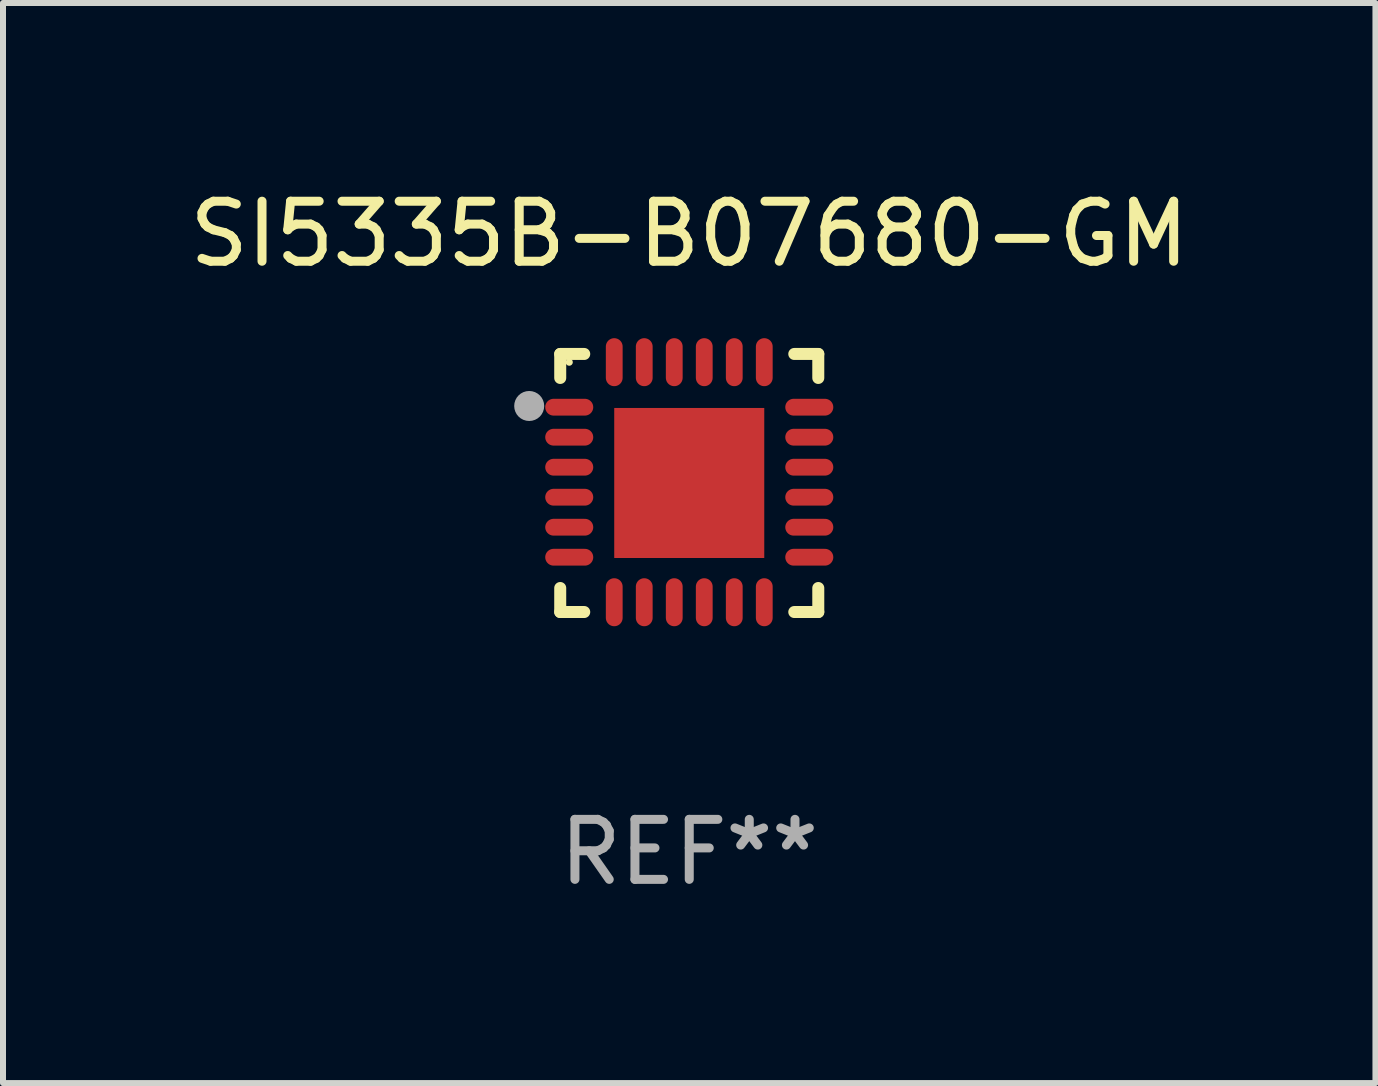
<source format=kicad_pcb>
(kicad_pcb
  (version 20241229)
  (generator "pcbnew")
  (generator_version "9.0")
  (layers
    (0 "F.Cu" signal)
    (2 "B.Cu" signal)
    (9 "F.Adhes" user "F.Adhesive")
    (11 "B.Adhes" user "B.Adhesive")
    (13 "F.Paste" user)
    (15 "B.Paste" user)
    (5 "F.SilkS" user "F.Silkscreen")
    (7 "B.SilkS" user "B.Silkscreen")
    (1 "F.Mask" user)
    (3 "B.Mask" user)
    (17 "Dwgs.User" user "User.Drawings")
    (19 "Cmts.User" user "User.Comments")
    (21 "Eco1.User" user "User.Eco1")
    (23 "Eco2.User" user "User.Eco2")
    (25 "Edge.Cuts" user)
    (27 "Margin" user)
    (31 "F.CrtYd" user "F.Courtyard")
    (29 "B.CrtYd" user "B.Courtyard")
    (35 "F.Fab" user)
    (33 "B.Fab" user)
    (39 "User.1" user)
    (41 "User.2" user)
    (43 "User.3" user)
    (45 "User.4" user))
  (footprint "SI5335B-B07680-GM"
    (layer "F.Cu")
    (at 8.435 4.998)
    (property "Reference" "SI5335B-B07680-GM" (at 0 -4.15 0) (layer "F.SilkS") (effects (font (size 1 1) (thickness 0.15))))
    (attr through_hole)
    (fp_line (start -2.15 -2.15) (end -1.75 -2.15) (stroke (width 0.2) (type solid)) (layer "F.SilkS"))
    (fp_line (start -2.15 -1.75) (end -2.15 -2.15) (stroke (width 0.2) (type solid)) (layer "F.SilkS"))
    (fp_line (start -2.15 2.15) (end -2.15 1.75) (stroke (width 0.2) (type solid)) (layer "F.SilkS"))
    (fp_line (start -1.75 2.15) (end -2.15 2.15) (stroke (width 0.2) (type solid)) (layer "F.SilkS"))
    (fp_line (start 1.75 -2.15) (end 2.15 -2.15) (stroke (width 0.2) (type solid)) (layer "F.SilkS"))
    (fp_line (start 1.75 2.15) (end 2.15 2.15) (stroke (width 0.2) (type solid)) (layer "F.SilkS"))
    (fp_line (start 2.15 -2.15) (end 2.15 -1.75) (stroke (width 0.2) (type solid)) (layer "F.SilkS"))
    (fp_line (start 2.15 2.15) (end 2.15 1.75) (stroke (width 0.2) (type solid)) (layer "F.SilkS"))
    (fp_circle (center -2 -2.013) (end -1.97 -2.013) (stroke (width 0.06) (type solid)) (fill no) (layer "F.SilkS"))
    (fp_circle (center -2.667 -1.283) (end -2.542 -1.283) (stroke (width 0.25) (type solid)) (fill no) (layer "F.Fab"))
    (fp_text user "REF**" (at 0 6.15 0) (layer "F.Fab") (effects (font (size 1 1) (thickness 0.15))))
    (pad "1" smd oval (at -2 -1.263) (size 0.8 0.28) (layers "F.Cu" "F.Mask" "F.Paste"))
    (pad "2" smd oval (at -2 -0.763) (size 0.8 0.28) (layers "F.Cu" "F.Mask" "F.Paste"))
    (pad "3" smd oval (at -2 -0.263) (size 0.8 0.28) (layers "F.Cu" "F.Mask" "F.Paste"))
    (pad "4" smd oval (at -2 0.237) (size 0.8 0.28) (layers "F.Cu" "F.Mask" "F.Paste"))
    (pad "5" smd oval (at -2 0.737) (size 0.8 0.28) (layers "F.Cu" "F.Mask" "F.Paste"))
    (pad "6" smd oval (at -2 1.237) (size 0.8 0.28) (layers "F.Cu" "F.Mask" "F.Paste"))
    (pad "7" smd oval (at -1.25 1.987) (size 0.28 0.8) (layers "F.Cu" "F.Mask" "F.Paste"))
    (pad "8" smd oval (at -0.75 1.987) (size 0.28 0.8) (layers "F.Cu" "F.Mask" "F.Paste"))
    (pad "9" smd oval (at -0.25 1.987) (size 0.28 0.8) (layers "F.Cu" "F.Mask" "F.Paste"))
    (pad "10" smd oval (at 0.25 1.987) (size 0.28 0.8) (layers "F.Cu" "F.Mask" "F.Paste"))
    (pad "11" smd oval (at 0.75 1.987) (size 0.28 0.8) (layers "F.Cu" "F.Mask" "F.Paste"))
    (pad "12" smd oval (at 1.25 1.987) (size 0.28 0.8) (layers "F.Cu" "F.Mask" "F.Paste"))
    (pad "13" smd oval (at 2 1.237) (size 0.8 0.28) (layers "F.Cu" "F.Mask" "F.Paste"))
    (pad "14" smd oval (at 2 0.737) (size 0.8 0.28) (layers "F.Cu" "F.Mask" "F.Paste"))
    (pad "15" smd oval (at 2 0.237) (size 0.8 0.28) (layers "F.Cu" "F.Mask" "F.Paste"))
    (pad "16" smd oval (at 2 -0.263) (size 0.8 0.28) (layers "F.Cu" "F.Mask" "F.Paste"))
    (pad "17" smd oval (at 2 -0.763) (size 0.8 0.28) (layers "F.Cu" "F.Mask" "F.Paste"))
    (pad "18" smd oval (at 2 -1.263) (size 0.8 0.28) (layers "F.Cu" "F.Mask" "F.Paste"))
    (pad "19" smd oval (at 1.25 -2.013) (size 0.28 0.8) (layers "F.Cu" "F.Mask" "F.Paste"))
    (pad "20" smd oval (at 0.75 -2.013) (size 0.28 0.8) (layers "F.Cu" "F.Mask" "F.Paste"))
    (pad "21" smd oval (at 0.25 -2.013) (size 0.28 0.8) (layers "F.Cu" "F.Mask" "F.Paste"))
    (pad "22" smd oval (at -0.25 -2.013) (size 0.28 0.8) (layers "F.Cu" "F.Mask" "F.Paste"))
    (pad "23" smd oval (at -0.75 -2.013) (size 0.28 0.8) (layers "F.Cu" "F.Mask" "F.Paste"))
    (pad "24" smd oval (at -1.25 -2.013) (size 0.28 0.8) (layers "F.Cu" "F.Mask" "F.Paste"))
    (pad "25" smd rect (at -0.000127 -0.00014) (size 2.5 2.5) (layers "F.Cu" "F.Mask" "F.Paste")))
  (gr_rect
    (start -3 -3)
    (end 19.869 14.997)
    (stroke (width 0.1) (type default))
    (fill no)
    (layer "Edge.Cuts")))
</source>
